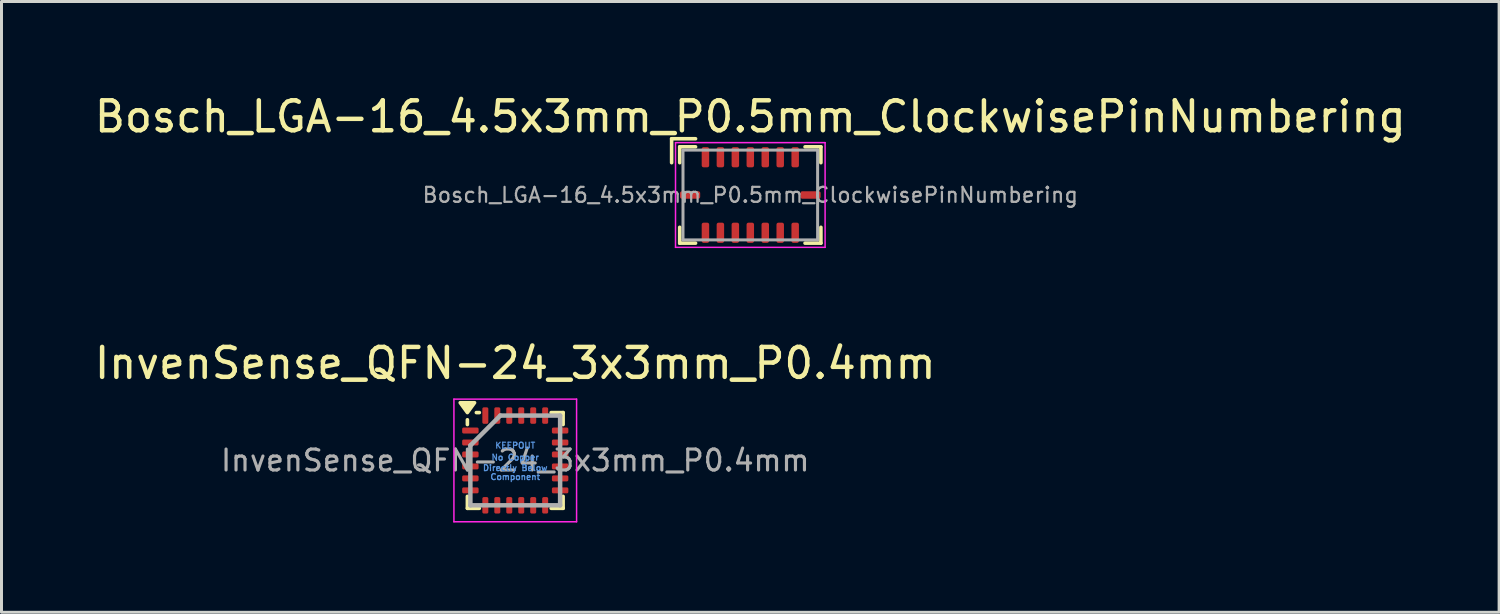
<source format=kicad_pcb>
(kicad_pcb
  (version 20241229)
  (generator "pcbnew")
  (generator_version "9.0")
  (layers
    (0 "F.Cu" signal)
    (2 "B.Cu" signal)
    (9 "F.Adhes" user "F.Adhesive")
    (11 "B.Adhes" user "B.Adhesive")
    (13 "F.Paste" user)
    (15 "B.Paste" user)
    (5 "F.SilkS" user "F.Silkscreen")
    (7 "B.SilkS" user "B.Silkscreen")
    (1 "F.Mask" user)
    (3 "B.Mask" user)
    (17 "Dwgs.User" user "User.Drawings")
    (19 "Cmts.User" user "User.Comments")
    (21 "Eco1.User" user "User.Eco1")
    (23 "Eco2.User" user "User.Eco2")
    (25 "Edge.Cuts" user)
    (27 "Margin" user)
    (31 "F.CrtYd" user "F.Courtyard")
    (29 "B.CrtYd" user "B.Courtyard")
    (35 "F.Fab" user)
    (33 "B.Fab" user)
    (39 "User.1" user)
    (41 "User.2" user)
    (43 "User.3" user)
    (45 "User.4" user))
  (footprint "InvenSense_QFN-24_3x3mm_P0.4mm"
    (layer "F.Cu")
    (at 14.173 12.341)
    (property "Reference" "InvenSense_QFN-24_3x3mm_P0.4mm" (at 0 -3.25 0) (layer "F.SilkS") (effects (font (size 1 1) (thickness 0.15))))
    (attr smd)
    (fp_line (start -1.6 -1.2) (end -1.6 -1.36) (stroke (width 0.12) (type solid)) (layer "F.SilkS"))
    (fp_line (start -1.6 1.6) (end -1.6 1.2) (stroke (width 0.12) (type solid)) (layer "F.SilkS"))
    (fp_line (start -1.6 1.6) (end -1.2 1.6) (stroke (width 0.12) (type solid)) (layer "F.SilkS"))
    (fp_line (start -1.2 -1.6) (end -1.3 -1.6) (stroke (width 0.12) (type solid)) (layer "F.SilkS"))
    (fp_line (start 1.6 -1.6) (end 1.2 -1.6) (stroke (width 0.12) (type solid)) (layer "F.SilkS"))
    (fp_line (start 1.6 -1.6) (end 1.6 -1.2) (stroke (width 0.12) (type solid)) (layer "F.SilkS"))
    (fp_line (start 1.6 1.6) (end 1.2 1.6) (stroke (width 0.12) (type solid)) (layer "F.SilkS"))
    (fp_line (start 1.6 1.6) (end 1.6 1.2) (stroke (width 0.12) (type solid)) (layer "F.SilkS"))
    (fp_poly (pts (xy -1.6 -1.6) (xy -1.84 -1.93) (xy -1.36 -1.93) (xy -1.6 -1.6)) (stroke (width 0.12) (type solid)) (fill yes) (layer "F.SilkS"))
    (fp_line (start -2.05 -2.05) (end 2.05 -2.05) (stroke (width 0.05) (type solid)) (layer "F.CrtYd"))
    (fp_line (start -2.05 2.05) (end -2.05 -2.05) (stroke (width 0.05) (type solid)) (layer "F.CrtYd"))
    (fp_line (start 2.05 -2.05) (end 2.05 2.05) (stroke (width 0.05) (type solid)) (layer "F.CrtYd"))
    (fp_line (start 2.05 2.05) (end -2.05 2.05) (stroke (width 0.05) (type solid)) (layer "F.CrtYd"))
    (fp_line (start -1.5 -0.5) (end -0.5 -1.5) (stroke (width 0.15) (type solid)) (layer "F.Fab"))
    (fp_line (start -1.5 1.5) (end -1.5 -0.5) (stroke (width 0.15) (type solid)) (layer "F.Fab"))
    (fp_line (start -0.5 -1.5) (end 1.5 -1.5) (stroke (width 0.15) (type solid)) (layer "F.Fab"))
    (fp_line (start 1.5 -1.5) (end 1.5 1.5) (stroke (width 0.15) (type solid)) (layer "F.Fab"))
    (fp_line (start 1.5 1.5) (end -1.5 1.5) (stroke (width 0.15) (type solid)) (layer "F.Fab"))
    (fp_text user "KEEPOUT" (at 0 -0.5 0) (layer "Cmts.User") (effects (font (size 0.2 0.2) (thickness 0.04))))
    (fp_text user "No Copper" (at 0 -0.1 0) (layer "Cmts.User") (effects (font (size 0.2 0.2) (thickness 0.04))))
    (fp_text user "Component" (at 0 0.55 0) (layer "Cmts.User") (effects (font (size 0.2 0.2) (thickness 0.04))))
    (fp_text user "Directly Below" (at 0 0.25 0) (layer "Cmts.User") (effects (font (size 0.2 0.2) (thickness 0.04))))
    (fp_text user "${REFERENCE}" (at 0 0 0) (layer "F.Fab") (effects (font (size 0.7 0.7) (thickness 0.105))))
    (pad "1" smd roundrect (at -1.5 -1) (size 0.55 0.2) (layers "F.Cu" "F.Mask" "F.Paste") (roundrect_rratio 0.25))
    (pad "2" smd roundrect (at -1.5 -0.6) (size 0.55 0.2) (layers "F.Cu" "F.Mask" "F.Paste") (roundrect_rratio 0.25))
    (pad "3" smd roundrect (at -1.5 -0.2) (size 0.55 0.2) (layers "F.Cu" "F.Mask" "F.Paste") (roundrect_rratio 0.25))
    (pad "4" smd roundrect (at -1.5 0.2) (size 0.55 0.2) (layers "F.Cu" "F.Mask" "F.Paste") (roundrect_rratio 0.25))
    (pad "5" smd roundrect (at -1.5 0.6) (size 0.55 0.2) (layers "F.Cu" "F.Mask" "F.Paste") (roundrect_rratio 0.25))
    (pad "6" smd roundrect (at -1.5 1) (size 0.55 0.2) (layers "F.Cu" "F.Mask" "F.Paste") (roundrect_rratio 0.25))
    (pad "7" smd roundrect (at -1 1.5 90) (size 0.55 0.2) (layers "F.Cu" "F.Mask" "F.Paste") (roundrect_rratio 0.25))
    (pad "8" smd roundrect (at -0.6 1.5 90) (size 0.55 0.2) (layers "F.Cu" "F.Mask" "F.Paste") (roundrect_rratio 0.25))
    (pad "9" smd roundrect (at -0.2 1.5 90) (size 0.55 0.2) (layers "F.Cu" "F.Mask" "F.Paste") (roundrect_rratio 0.25))
    (pad "10" smd roundrect (at 0.2 1.5 90) (size 0.55 0.2) (layers "F.Cu" "F.Mask" "F.Paste") (roundrect_rratio 0.25))
    (pad "11" smd roundrect (at 0.6 1.5 90) (size 0.55 0.2) (layers "F.Cu" "F.Mask" "F.Paste") (roundrect_rratio 0.25))
    (pad "12" smd roundrect (at 1 1.5 90) (size 0.55 0.2) (layers "F.Cu" "F.Mask" "F.Paste") (roundrect_rratio 0.25))
    (pad "13" smd roundrect (at 1.5 1) (size 0.55 0.2) (layers "F.Cu" "F.Mask" "F.Paste") (roundrect_rratio 0.25))
    (pad "14" smd roundrect (at 1.5 0.6) (size 0.55 0.2) (layers "F.Cu" "F.Mask" "F.Paste") (roundrect_rratio 0.25))
    (pad "15" smd roundrect (at 1.5 0.2) (size 0.55 0.2) (layers "F.Cu" "F.Mask" "F.Paste") (roundrect_rratio 0.25))
    (pad "16" smd roundrect (at 1.5 -0.2) (size 0.55 0.2) (layers "F.Cu" "F.Mask" "F.Paste") (roundrect_rratio 0.25))
    (pad "17" smd roundrect (at 1.5 -0.6) (size 0.55 0.2) (layers "F.Cu" "F.Mask" "F.Paste") (roundrect_rratio 0.25))
    (pad "18" smd roundrect (at 1.5 -1) (size 0.55 0.2) (layers "F.Cu" "F.Mask" "F.Paste") (roundrect_rratio 0.25))
    (pad "19" smd roundrect (at 1 -1.5 90) (size 0.55 0.2) (layers "F.Cu" "F.Mask" "F.Paste") (roundrect_rratio 0.25))
    (pad "20" smd roundrect (at 0.6 -1.5 90) (size 0.55 0.2) (layers "F.Cu" "F.Mask" "F.Paste") (roundrect_rratio 0.25))
    (pad "21" smd roundrect (at 0.2 -1.5 90) (size 0.55 0.2) (layers "F.Cu" "F.Mask" "F.Paste") (roundrect_rratio 0.25))
    (pad "22" smd roundrect (at -0.2 -1.5 90) (size 0.55 0.2) (layers "F.Cu" "F.Mask" "F.Paste") (roundrect_rratio 0.25))
    (pad "23" smd roundrect (at -0.6 -1.5 90) (size 0.55 0.2) (layers "F.Cu" "F.Mask" "F.Paste") (roundrect_rratio 0.25))
    (pad "24" smd roundrect (at -1 -1.5 90) (size 0.55 0.2) (layers "F.Cu" "F.Mask" "F.Paste") (roundrect_rratio 0.25))
    (zone (net_name "") (layer "F.Cu") (hatch full 0.508) (connect_pads) (min_thickness 0.254) (filled_areas_thickness no) (keepout (tracks not_allowed) (vias not_allowed) (pads not_allowed) (copperpour not_allowed) (footprints allowed)) (placement (enabled no)) (fill) (polygon (pts (xy 13.298 11.546) (xy 15.048 11.546) (xy 15.048 13.136) (xy 13.298 13.136)))))
  (footprint "Bosch_LGA-16_4.5x3mm_P0.5mm_ClockwisePinNumbering"
    (layer "F.Cu")
    (at 22.03 3.468)
    (property "Reference" "Bosch_LGA-16_4.5x3mm_P0.5mm_ClockwisePinNumbering" (at 0 -2.62 0) (layer "F.SilkS") (effects (font (size 1 1) (thickness 0.15))))
    (attr smd)
    (fp_line (start -2.63 -1.88) (end -2.63 -1.08) (stroke (width 0.12) (type default)) (layer "F.SilkS"))
    (fp_line (start -2.63 -1.88) (end -1.83 -1.88) (stroke (width 0.12) (type default)) (layer "F.SilkS"))
    (fp_line (start -2.36 -1.61) (end -2.36 -1.08) (stroke (width 0.12) (type default)) (layer "F.SilkS"))
    (fp_line (start -2.36 -1.61) (end -1.83 -1.61) (stroke (width 0.12) (type default)) (layer "F.SilkS"))
    (fp_line (start -2.36 1.61) (end -2.36 1.08) (stroke (width 0.12) (type default)) (layer "F.SilkS"))
    (fp_line (start -2.36 1.61) (end -1.83 1.61) (stroke (width 0.12) (type default)) (layer "F.SilkS"))
    (fp_line (start 2.36 -1.61) (end 1.83 -1.61) (stroke (width 0.12) (type default)) (layer "F.SilkS"))
    (fp_line (start 2.36 -1.61) (end 2.36 -1.08) (stroke (width 0.12) (type default)) (layer "F.SilkS"))
    (fp_line (start 2.36 1.61) (end 1.83 1.61) (stroke (width 0.12) (type default)) (layer "F.SilkS"))
    (fp_line (start 2.36 1.61) (end 2.36 1.08) (stroke (width 0.12) (type default)) (layer "F.SilkS"))
    (fp_line (start -2.5 -1.75) (end 2.5 -1.75) (stroke (width 0.05) (type default)) (layer "F.CrtYd"))
    (fp_line (start -2.5 1.75) (end -2.5 -1.75) (stroke (width 0.05) (type default)) (layer "F.CrtYd"))
    (fp_line (start -2.5 1.75) (end 2.5 1.75) (stroke (width 0.05) (type default)) (layer "F.CrtYd"))
    (fp_line (start 2.5 1.75) (end 2.5 -1.75) (stroke (width 0.05) (type default)) (layer "F.CrtYd"))
    (fp_line (start -2.25 -1.5) (end 2.25 -1.5) (stroke (width 0.1) (type default)) (layer "F.Fab"))
    (fp_line (start -2.25 1.5) (end -2.25 -1.5) (stroke (width 0.1) (type default)) (layer "F.Fab"))
    (fp_line (start -2.25 1.5) (end 2.25 1.5) (stroke (width 0.1) (type default)) (layer "F.Fab"))
    (fp_line (start 2.25 1.5) (end 2.25 -1.5) (stroke (width 0.1) (type default)) (layer "F.Fab"))
    (fp_text user "${REFERENCE}" (at 0 0 0) (layer "F.Fab") (effects (font (size 0.5 0.5) (thickness 0.075))))
    (pad "1" smd roundrect (at -1.5 -1.263 90) (size 0.675 0.25) (layers "F.Cu" "F.Mask" "F.Paste") (roundrect_rratio 0.25))
    (pad "2" smd roundrect (at -1 -1.263 90) (size 0.675 0.25) (layers "F.Cu" "F.Mask" "F.Paste") (roundrect_rratio 0.25))
    (pad "3" smd roundrect (at -0.5 -1.263 90) (size 0.675 0.25) (layers "F.Cu" "F.Mask" "F.Paste") (roundrect_rratio 0.25))
    (pad "4" smd roundrect (at 0 -1.263 90) (size 0.675 0.25) (layers "F.Cu" "F.Mask" "F.Paste") (roundrect_rratio 0.25))
    (pad "5" smd roundrect (at 0.5 -1.263 90) (size 0.675 0.25) (layers "F.Cu" "F.Mask" "F.Paste") (roundrect_rratio 0.25))
    (pad "6" smd roundrect (at 1 -1.263 90) (size 0.675 0.25) (layers "F.Cu" "F.Mask" "F.Paste") (roundrect_rratio 0.25))
    (pad "7" smd roundrect (at 1.5 -1.263 90) (size 0.675 0.25) (layers "F.Cu" "F.Mask" "F.Paste") (roundrect_rratio 0.25))
    (pad "8" smd roundrect (at 2.013 0) (size 0.675 0.25) (layers "F.Cu" "F.Mask" "F.Paste") (roundrect_rratio 0.25))
    (pad "9" smd roundrect (at 1.5 1.263 90) (size 0.675 0.25) (layers "F.Cu" "F.Mask" "F.Paste") (roundrect_rratio 0.25))
    (pad "10" smd roundrect (at 1 1.263 90) (size 0.675 0.25) (layers "F.Cu" "F.Mask" "F.Paste") (roundrect_rratio 0.25))
    (pad "11" smd roundrect (at 0.5 1.263 90) (size 0.675 0.25) (layers "F.Cu" "F.Mask" "F.Paste") (roundrect_rratio 0.25))
    (pad "12" smd roundrect (at 0 1.263 90) (size 0.675 0.25) (layers "F.Cu" "F.Mask" "F.Paste") (roundrect_rratio 0.25))
    (pad "13" smd roundrect (at -0.5 1.263 90) (size 0.675 0.25) (layers "F.Cu" "F.Mask" "F.Paste") (roundrect_rratio 0.25))
    (pad "14" smd roundrect (at -1 1.263 90) (size 0.675 0.25) (layers "F.Cu" "F.Mask" "F.Paste") (roundrect_rratio 0.25))
    (pad "15" smd roundrect (at -1.5 1.263 90) (size 0.675 0.25) (layers "F.Cu" "F.Mask" "F.Paste") (roundrect_rratio 0.25))
    (pad "16" smd roundrect (at -2.013 0) (size 0.675 0.25) (layers "F.Cu" "F.Mask" "F.Paste") (roundrect_rratio 0.25))
    (zone (net_name "") (layer "F.Cu") (name "no traces underneath the IMU") (hatch edge 0.5) (connect_pads) (min_thickness 0.25) (filled_areas_thickness no) (keepout (tracks not_allowed) (vias not_allowed) (pads not_allowed) (copperpour not_allowed) (footprints not_allowed)) (placement (enabled no)) (fill) (polygon (pts (xy 19.78 1.968) (xy 20.4 1.968) (xy 20.4 2.548) (xy 23.66 2.548) (xy 23.66 1.968) (xy 24.28 1.968) (xy 24.28 3.338) (xy 23.7 3.338) (xy 23.7 3.598) (xy 24.28 3.598) (xy 24.28 4.968) (xy 23.66 4.968) (xy 23.66 4.388) (xy 20.4 4.388) (xy 20.4 4.968) (xy 19.78 4.968) (xy 19.78 3.598) (xy 20.36 3.598) (xy 20.36 3.338) (xy 19.78 3.338)))))
  (gr_rect
    (start -3 -3)
    (end 47.06 17.416)
    (stroke (width 0.1) (type default))
    (fill no)
    (layer "Edge.Cuts")))
</source>
